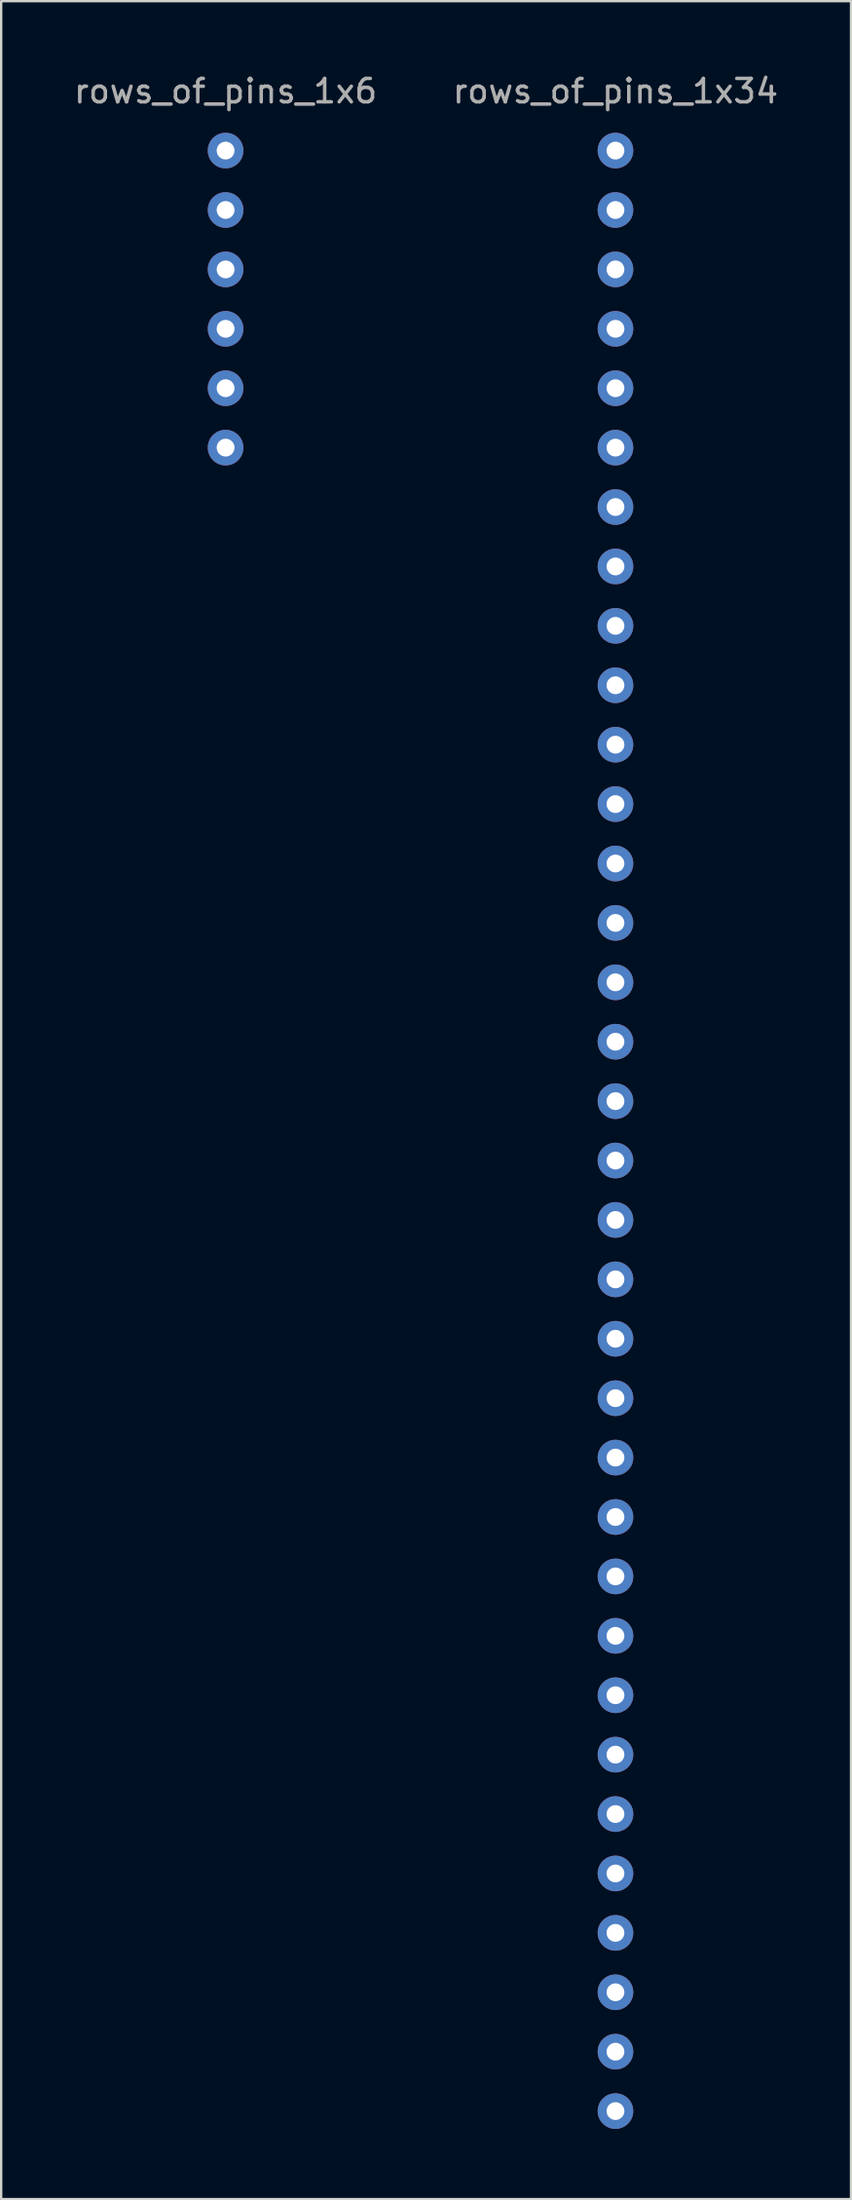
<source format=kicad_pcb>
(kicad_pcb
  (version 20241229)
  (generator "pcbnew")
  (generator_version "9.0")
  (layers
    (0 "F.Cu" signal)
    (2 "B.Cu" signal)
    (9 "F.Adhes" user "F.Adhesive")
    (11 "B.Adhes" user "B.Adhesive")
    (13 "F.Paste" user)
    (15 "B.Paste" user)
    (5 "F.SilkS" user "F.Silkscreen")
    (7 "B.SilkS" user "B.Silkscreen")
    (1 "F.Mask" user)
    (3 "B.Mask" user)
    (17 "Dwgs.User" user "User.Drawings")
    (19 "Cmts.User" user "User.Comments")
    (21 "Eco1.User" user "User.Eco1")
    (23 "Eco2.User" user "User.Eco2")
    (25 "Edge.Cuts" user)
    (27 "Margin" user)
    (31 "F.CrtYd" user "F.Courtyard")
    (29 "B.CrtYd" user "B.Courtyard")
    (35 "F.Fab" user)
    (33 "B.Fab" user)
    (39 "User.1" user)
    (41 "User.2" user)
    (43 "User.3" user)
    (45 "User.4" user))
  (footprint "rows_of_pins_1x34"
    (layer "F.Cu")
    (at 23.28 3.388)
    (property "Reference" "rows_of_pins_1x34" (at 0 -2.54 0) (layer "F.Fab") (effects (font (size 1 1) (thickness 0.15))))
    (attr through_hole)
    (pad "1" thru_hole circle (at 0 0) (size 1.524 1.524) (drill 0.762) (layers "*.Cu" "*.Mask"))
    (pad "2" thru_hole circle (at 0 2.54) (size 1.524 1.524) (drill 0.762) (layers "*.Cu" "*.Mask"))
    (pad "3" thru_hole circle (at 0 5.08) (size 1.524 1.524) (drill 0.762) (layers "*.Cu" "*.Mask"))
    (pad "4" thru_hole circle (at 0 7.62) (size 1.524 1.524) (drill 0.762) (layers "*.Cu" "*.Mask"))
    (pad "5" thru_hole circle (at 0 10.16) (size 1.524 1.524) (drill 0.762) (layers "*.Cu" "*.Mask"))
    (pad "6" thru_hole circle (at 0 12.7) (size 1.524 1.524) (drill 0.762) (layers "*.Cu" "*.Mask"))
    (pad "7" thru_hole circle (at 0 15.24) (size 1.524 1.524) (drill 0.762) (layers "*.Cu" "*.Mask"))
    (pad "8" thru_hole circle (at 0 17.78) (size 1.524 1.524) (drill 0.762) (layers "*.Cu" "*.Mask"))
    (pad "9" thru_hole circle (at 0 20.32) (size 1.524 1.524) (drill 0.762) (layers "*.Cu" "*.Mask"))
    (pad "10" thru_hole circle (at 0 22.86) (size 1.524 1.524) (drill 0.762) (layers "*.Cu" "*.Mask"))
    (pad "11" thru_hole circle (at 0 25.4) (size 1.524 1.524) (drill 0.762) (layers "*.Cu" "*.Mask"))
    (pad "12" thru_hole circle (at 0 27.94) (size 1.524 1.524) (drill 0.762) (layers "*.Cu" "*.Mask"))
    (pad "13" thru_hole circle (at 0 30.48) (size 1.524 1.524) (drill 0.762) (layers "*.Cu" "*.Mask"))
    (pad "14" thru_hole circle (at 0 33.02) (size 1.524 1.524) (drill 0.762) (layers "*.Cu" "*.Mask"))
    (pad "15" thru_hole circle (at 0 35.56) (size 1.524 1.524) (drill 0.762) (layers "*.Cu" "*.Mask"))
    (pad "16" thru_hole circle (at 0 38.1) (size 1.524 1.524) (drill 0.762) (layers "*.Cu" "*.Mask"))
    (pad "17" thru_hole circle (at 0 40.64) (size 1.524 1.524) (drill 0.762) (layers "*.Cu" "*.Mask"))
    (pad "18" thru_hole circle (at 0 43.18) (size 1.524 1.524) (drill 0.762) (layers "*.Cu" "*.Mask"))
    (pad "19" thru_hole circle (at 0 45.72) (size 1.524 1.524) (drill 0.762) (layers "*.Cu" "*.Mask"))
    (pad "20" thru_hole circle (at 0 48.26) (size 1.524 1.524) (drill 0.762) (layers "*.Cu" "*.Mask"))
    (pad "21" thru_hole circle (at 0 50.8) (size 1.524 1.524) (drill 0.762) (layers "*.Cu" "*.Mask"))
    (pad "22" thru_hole circle (at 0 53.34) (size 1.524 1.524) (drill 0.762) (layers "*.Cu" "*.Mask"))
    (pad "23" thru_hole circle (at 0 55.88) (size 1.524 1.524) (drill 0.762) (layers "*.Cu" "*.Mask"))
    (pad "24" thru_hole circle (at 0 58.42) (size 1.524 1.524) (drill 0.762) (layers "*.Cu" "*.Mask"))
    (pad "25" thru_hole circle (at 0 60.96) (size 1.524 1.524) (drill 0.762) (layers "*.Cu" "*.Mask"))
    (pad "26" thru_hole circle (at 0 63.5) (size 1.524 1.524) (drill 0.762) (layers "*.Cu" "*.Mask"))
    (pad "27" thru_hole circle (at 0 66.04) (size 1.524 1.524) (drill 0.762) (layers "*.Cu" "*.Mask"))
    (pad "28" thru_hole circle (at 0 68.58) (size 1.524 1.524) (drill 0.762) (layers "*.Cu" "*.Mask"))
    (pad "29" thru_hole circle (at 0 71.12) (size 1.524 1.524) (drill 0.762) (layers "*.Cu" "*.Mask"))
    (pad "30" thru_hole circle (at 0 73.66) (size 1.524 1.524) (drill 0.762) (layers "*.Cu" "*.Mask"))
    (pad "31" thru_hole circle (at 0 76.2) (size 1.524 1.524) (drill 0.762) (layers "*.Cu" "*.Mask"))
    (pad "32" thru_hole circle (at 0 78.74) (size 1.524 1.524) (drill 0.762) (layers "*.Cu" "*.Mask"))
    (pad "33" thru_hole circle (at 0 81.28) (size 1.524 1.524) (drill 0.762) (layers "*.Cu" "*.Mask"))
    (pad "34" thru_hole circle (at 0 83.82) (size 1.524 1.524) (drill 0.762) (layers "*.Cu" "*.Mask")))
  (footprint "rows_of_pins_1x6"
    (layer "F.Cu")
    (at 6.601 3.388)
    (property "Reference" "rows_of_pins_1x6" (at 0 -2.54 0) (layer "F.Fab") (effects (font (size 1 1) (thickness 0.15))))
    (attr through_hole)
    (pad "1" thru_hole circle (at 0 0) (size 1.524 1.524) (drill 0.762) (layers "*.Cu" "*.Mask"))
    (pad "2" thru_hole circle (at 0 2.54) (size 1.524 1.524) (drill 0.762) (layers "*.Cu" "*.Mask"))
    (pad "3" thru_hole circle (at 0 5.08) (size 1.524 1.524) (drill 0.762) (layers "*.Cu" "*.Mask"))
    (pad "4" thru_hole circle (at 0 7.62) (size 1.524 1.524) (drill 0.762) (layers "*.Cu" "*.Mask"))
    (pad "5" thru_hole circle (at 0 10.16) (size 1.524 1.524) (drill 0.762) (layers "*.Cu" "*.Mask"))
    (pad "6" thru_hole circle (at 0 12.7) (size 1.524 1.524) (drill 0.762) (layers "*.Cu" "*.Mask")))
  (gr_rect
    (start -3 -3)
    (end 33.357 90.97)
    (stroke (width 0.1) (type default))
    (fill no)
    (layer "Edge.Cuts")))
</source>
